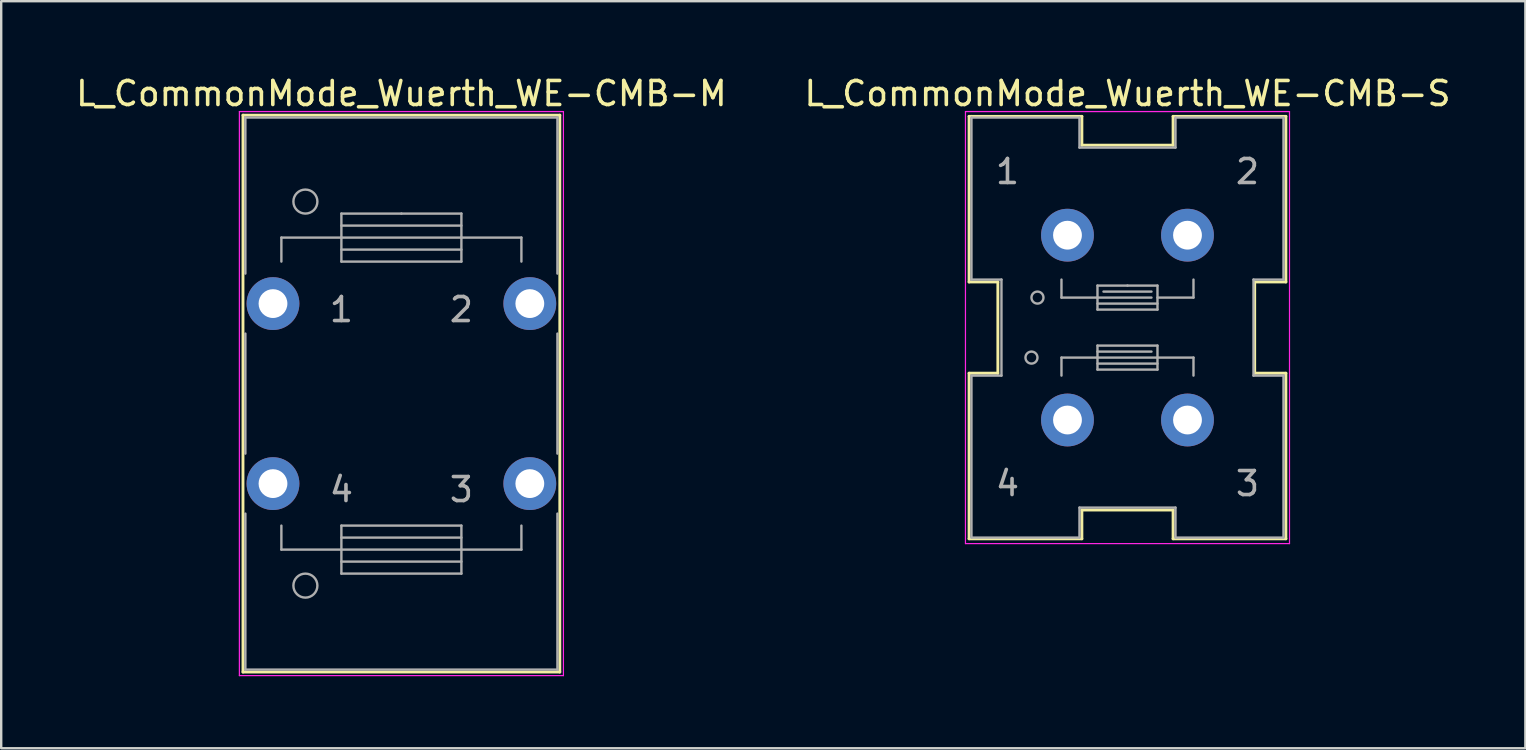
<source format=kicad_pcb>
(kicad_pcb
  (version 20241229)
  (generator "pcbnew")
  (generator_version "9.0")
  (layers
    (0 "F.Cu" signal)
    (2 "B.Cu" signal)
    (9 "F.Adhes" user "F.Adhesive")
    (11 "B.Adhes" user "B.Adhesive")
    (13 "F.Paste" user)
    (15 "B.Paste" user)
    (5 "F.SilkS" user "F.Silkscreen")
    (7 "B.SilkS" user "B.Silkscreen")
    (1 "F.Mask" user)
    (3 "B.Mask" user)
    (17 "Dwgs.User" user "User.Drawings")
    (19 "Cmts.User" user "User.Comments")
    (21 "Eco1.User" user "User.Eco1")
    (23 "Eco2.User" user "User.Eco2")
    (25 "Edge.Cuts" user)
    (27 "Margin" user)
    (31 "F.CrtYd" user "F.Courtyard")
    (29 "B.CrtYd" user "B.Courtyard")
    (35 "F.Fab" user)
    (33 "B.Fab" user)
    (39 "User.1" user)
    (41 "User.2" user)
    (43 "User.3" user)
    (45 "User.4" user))
  (footprint "L_CommonMode_Wuerth_WE-CMB-S"
    (layer "F.Cu")
    (at 41.423 6.748)
    (property "Reference" "L_CommonMode_Wuerth_WE-CMB-S" (at 2.5 -5.9 0) (layer "F.SilkS") (effects (font (size 1 1) (thickness 0.15))))
    (attr through_hole)
    (fp_line (start -4.1 -4.95) (end -4 -4.95) (stroke (width 0.12) (type solid)) (layer "F.SilkS"))
    (fp_line (start -4.1 1.95) (end -4.1 -4.95) (stroke (width 0.12) (type solid)) (layer "F.SilkS"))
    (fp_line (start -4.1 5.75) (end -2.9 5.75) (stroke (width 0.12) (type solid)) (layer "F.SilkS"))
    (fp_line (start -4.1 12.65) (end -4.1 5.75) (stroke (width 0.12) (type solid)) (layer "F.SilkS"))
    (fp_line (start -4 -4.95) (end 0.6 -4.95) (stroke (width 0.12) (type solid)) (layer "F.SilkS"))
    (fp_line (start -2.9 1.95) (end -4.1 1.95) (stroke (width 0.12) (type solid)) (layer "F.SilkS"))
    (fp_line (start -2.9 5.75) (end -2.9 1.95) (stroke (width 0.12) (type solid)) (layer "F.SilkS"))
    (fp_line (start 0.6 -4.95) (end 0.6 -3.75) (stroke (width 0.12) (type solid)) (layer "F.SilkS"))
    (fp_line (start 0.6 -3.75) (end 4.4 -3.75) (stroke (width 0.12) (type solid)) (layer "F.SilkS"))
    (fp_line (start 0.6 11.45) (end 0.6 12.65) (stroke (width 0.12) (type solid)) (layer "F.SilkS"))
    (fp_line (start 0.6 12.65) (end -4.1 12.65) (stroke (width 0.12) (type solid)) (layer "F.SilkS"))
    (fp_line (start 4.4 -4.95) (end 9.1 -4.95) (stroke (width 0.12) (type solid)) (layer "F.SilkS"))
    (fp_line (start 4.4 -3.75) (end 4.4 -4.95) (stroke (width 0.12) (type solid)) (layer "F.SilkS"))
    (fp_line (start 4.4 11.45) (end 0.6 11.45) (stroke (width 0.12) (type solid)) (layer "F.SilkS"))
    (fp_line (start 4.4 12.65) (end 4.4 11.45) (stroke (width 0.12) (type solid)) (layer "F.SilkS"))
    (fp_line (start 7.8 1.95) (end 7.8 5.75) (stroke (width 0.12) (type solid)) (layer "F.SilkS"))
    (fp_line (start 7.8 5.75) (end 9.1 5.75) (stroke (width 0.12) (type solid)) (layer "F.SilkS"))
    (fp_line (start 9.1 -4.95) (end 9.1 1.95) (stroke (width 0.12) (type solid)) (layer "F.SilkS"))
    (fp_line (start 9.1 1.95) (end 7.8 1.95) (stroke (width 0.12) (type solid)) (layer "F.SilkS"))
    (fp_line (start 9.1 5.75) (end 9.1 12.65) (stroke (width 0.12) (type solid)) (layer "F.SilkS"))
    (fp_line (start 9.1 12.65) (end 4.4 12.65) (stroke (width 0.12) (type solid)) (layer "F.SilkS"))
    (fp_line (start -4.25 -5.15) (end -4.25 12.85) (stroke (width 0.05) (type solid)) (layer "F.CrtYd"))
    (fp_line (start -4.25 12.85) (end 9.25 12.85) (stroke (width 0.05) (type solid)) (layer "F.CrtYd"))
    (fp_line (start 9.25 -5.15) (end -4.25 -5.15) (stroke (width 0.05) (type solid)) (layer "F.CrtYd"))
    (fp_line (start 9.25 12.85) (end 9.25 -5.15) (stroke (width 0.05) (type solid)) (layer "F.CrtYd"))
    (fp_line (start -4 -4.9) (end -4 1.85) (stroke (width 0.1) (type solid)) (layer "F.Fab"))
    (fp_line (start -4 1.85) (end -2.75 1.85) (stroke (width 0.1) (type solid)) (layer "F.Fab"))
    (fp_line (start -4 5.85) (end -4 12.6) (stroke (width 0.1) (type solid)) (layer "F.Fab"))
    (fp_line (start -4 12.6) (end 0.5 12.6) (stroke (width 0.1) (type solid)) (layer "F.Fab"))
    (fp_line (start -2.75 1.85) (end -2.75 5.85) (stroke (width 0.1) (type solid)) (layer "F.Fab"))
    (fp_line (start -2.75 5.85) (end -4 5.85) (stroke (width 0.1) (type solid)) (layer "F.Fab"))
    (fp_line (start -0.25 2.6) (end -0.25 1.85) (stroke (width 0.1) (type solid)) (layer "F.Fab"))
    (fp_line (start -0.25 5.1) (end -0.25 5.85) (stroke (width 0.1) (type solid)) (layer "F.Fab"))
    (fp_line (start 0.5 -4.9) (end -4 -4.9) (stroke (width 0.1) (type solid)) (layer "F.Fab"))
    (fp_line (start 0.5 -3.65) (end 0.5 -4.9) (stroke (width 0.1) (type solid)) (layer "F.Fab"))
    (fp_line (start 0.5 11.35) (end 4.5 11.35) (stroke (width 0.1) (type solid)) (layer "F.Fab"))
    (fp_line (start 0.5 12.6) (end 0.5 11.35) (stroke (width 0.1) (type solid)) (layer "F.Fab"))
    (fp_line (start 1.25 2.1) (end 2.5 2.1) (stroke (width 0.1) (type solid)) (layer "F.Fab"))
    (fp_line (start 1.25 2.6) (end -0.25 2.6) (stroke (width 0.1) (type solid)) (layer "F.Fab"))
    (fp_line (start 1.25 2.85) (end 3.75 2.85) (stroke (width 0.1) (type solid)) (layer "F.Fab"))
    (fp_line (start 1.25 3.1) (end 1.25 2.1) (stroke (width 0.1) (type solid)) (layer "F.Fab"))
    (fp_line (start 1.25 4.6) (end 3.75 4.6) (stroke (width 0.1) (type solid)) (layer "F.Fab"))
    (fp_line (start 1.25 4.85) (end 3.5 4.85) (stroke (width 0.1) (type solid)) (layer "F.Fab"))
    (fp_line (start 1.25 5.1) (end -0.25 5.1) (stroke (width 0.1) (type solid)) (layer "F.Fab"))
    (fp_line (start 1.25 5.6) (end 1.25 4.6) (stroke (width 0.1) (type solid)) (layer "F.Fab"))
    (fp_line (start 2.5 2.1) (end 3.75 2.1) (stroke (width 0.1) (type solid)) (layer "F.Fab"))
    (fp_line (start 3.5 2.35) (end 1.5 2.35) (stroke (width 0.1) (type solid)) (layer "F.Fab"))
    (fp_line (start 3.5 2.6) (end 1.25 2.6) (stroke (width 0.1) (type solid)) (layer "F.Fab"))
    (fp_line (start 3.75 2.1) (end 3.75 3.1) (stroke (width 0.1) (type solid)) (layer "F.Fab"))
    (fp_line (start 3.75 2.6) (end 5.25 2.6) (stroke (width 0.1) (type solid)) (layer "F.Fab"))
    (fp_line (start 3.75 3.1) (end 1.25 3.1) (stroke (width 0.1) (type solid)) (layer "F.Fab"))
    (fp_line (start 3.75 4.6) (end 3.75 5.6) (stroke (width 0.1) (type solid)) (layer "F.Fab"))
    (fp_line (start 3.75 5.1) (end 1.25 5.1) (stroke (width 0.1) (type solid)) (layer "F.Fab"))
    (fp_line (start 3.75 5.1) (end 5.25 5.1) (stroke (width 0.1) (type solid)) (layer "F.Fab"))
    (fp_line (start 3.75 5.35) (end 1.25 5.35) (stroke (width 0.1) (type solid)) (layer "F.Fab"))
    (fp_line (start 3.75 5.6) (end 1.25 5.6) (stroke (width 0.1) (type solid)) (layer "F.Fab"))
    (fp_line (start 4.5 -4.9) (end 4.5 -3.65) (stroke (width 0.1) (type solid)) (layer "F.Fab"))
    (fp_line (start 4.5 -3.65) (end 0.5 -3.65) (stroke (width 0.1) (type solid)) (layer "F.Fab"))
    (fp_line (start 4.5 11.35) (end 4.5 12.6) (stroke (width 0.1) (type solid)) (layer "F.Fab"))
    (fp_line (start 4.5 12.6) (end 9 12.6) (stroke (width 0.1) (type solid)) (layer "F.Fab"))
    (fp_line (start 5.25 2.6) (end 5.25 1.85) (stroke (width 0.1) (type solid)) (layer "F.Fab"))
    (fp_line (start 5.25 5.1) (end 5.25 5.85) (stroke (width 0.1) (type solid)) (layer "F.Fab"))
    (fp_line (start 7.75 1.85) (end 9 1.85) (stroke (width 0.1) (type solid)) (layer "F.Fab"))
    (fp_line (start 7.75 5.85) (end 7.75 1.85) (stroke (width 0.1) (type solid)) (layer "F.Fab"))
    (fp_line (start 9 -4.9) (end 4.5 -4.9) (stroke (width 0.1) (type solid)) (layer "F.Fab"))
    (fp_line (start 9 1.85) (end 9 -4.9) (stroke (width 0.1) (type solid)) (layer "F.Fab"))
    (fp_line (start 9 5.85) (end 7.75 5.85) (stroke (width 0.1) (type solid)) (layer "F.Fab"))
    (fp_line (start 9 12.6) (end 9 5.85) (stroke (width 0.1) (type solid)) (layer "F.Fab"))
    (fp_circle (center -1.5 5.1) (end -1.5 4.85) (stroke (width 0.1) (type solid)) (fill no) (layer "F.Fab"))
    (fp_circle (center -1.25 2.6) (end -1 2.6) (stroke (width 0.1) (type solid)) (fill no) (layer "F.Fab"))
    (fp_text user "4" (at -2.5 10.35 0) (layer "F.Fab") (effects (font (size 1 1) (thickness 0.15))))
    (fp_text user "3" (at 7.5 10.35 0) (layer "F.Fab") (effects (font (size 1 1) (thickness 0.15))))
    (fp_text user "2" (at 7.5 -2.65 0) (layer "F.Fab") (effects (font (size 1 1) (thickness 0.15))))
    (fp_text user "1" (at -2.5 -2.65 0) (layer "F.Fab") (effects (font (size 1 1) (thickness 0.15))))
    (pad "1" thru_hole circle (at 0 0) (size 2.2 2.2) (drill 1.2) (layers "*.Cu" "*.Mask"))
    (pad "2" thru_hole circle (at 5 0) (size 2.2 2.2) (drill 1.2) (layers "*.Cu" "*.Mask"))
    (pad "3" thru_hole circle (at 5 7.7) (size 2.2 2.2) (drill 1.2) (layers "*.Cu" "*.Mask"))
    (pad "4" thru_hole circle (at 0 7.7) (size 2.2 2.2) (drill 1.2) (layers "*.Cu" "*.Mask")))
  (footprint "L_CommonMode_Wuerth_WE-CMB-M"
    (layer "F.Cu")
    (at 8.323 9.598)
    (property "Reference" "L_CommonMode_Wuerth_WE-CMB-M" (at 5.35 -8.75 0) (layer "F.SilkS") (effects (font (size 1 1) (thickness 0.15))))
    (attr through_hole)
    (fp_line (start -1.25 -7.85) (end 11.95 -7.85) (stroke (width 0.12) (type solid)) (layer "F.SilkS"))
    (fp_line (start -1.25 15.35) (end -1.25 -7.85) (stroke (width 0.12) (type solid)) (layer "F.SilkS"))
    (fp_line (start 11.95 -7.85) (end 11.95 15.35) (stroke (width 0.12) (type solid)) (layer "F.SilkS"))
    (fp_line (start 11.95 15.35) (end -1.25 15.35) (stroke (width 0.12) (type solid)) (layer "F.SilkS"))
    (fp_line (start -1.4 -8) (end 12.1 -8) (stroke (width 0.05) (type solid)) (layer "F.CrtYd"))
    (fp_line (start -1.4 15.5) (end -1.4 -8) (stroke (width 0.05) (type solid)) (layer "F.CrtYd"))
    (fp_line (start 12.1 -8) (end 12.1 15.5) (stroke (width 0.05) (type solid)) (layer "F.CrtYd"))
    (fp_line (start 12.1 15.5) (end -1.4 15.5) (stroke (width 0.05) (type solid)) (layer "F.CrtYd"))
    (fp_line (start -1.15 -7.75) (end 11.85 -7.75) (stroke (width 0.1) (type solid)) (layer "F.Fab"))
    (fp_line (start -1.15 -1.25) (end -1.15 -7.75) (stroke (width 0.1) (type solid)) (layer "F.Fab"))
    (fp_line (start -1.15 6.25) (end -1.15 1.25) (stroke (width 0.1) (type solid)) (layer "F.Fab"))
    (fp_line (start -1.15 15.25) (end -1.15 8.75) (stroke (width 0.1) (type solid)) (layer "F.Fab"))
    (fp_line (start 0.35 -2.75) (end 0.35 -1.75) (stroke (width 0.1) (type solid)) (layer "F.Fab"))
    (fp_line (start 0.35 9.25) (end 0.35 10.25) (stroke (width 0.1) (type solid)) (layer "F.Fab"))
    (fp_line (start 0.35 10.25) (end 2.85 10.25) (stroke (width 0.1) (type solid)) (layer "F.Fab"))
    (fp_line (start 2.85 -3.75) (end 5.35 -3.75) (stroke (width 0.1) (type solid)) (layer "F.Fab"))
    (fp_line (start 2.85 -2.75) (end 0.35 -2.75) (stroke (width 0.1) (type solid)) (layer "F.Fab"))
    (fp_line (start 2.85 -2.75) (end 7.85 -2.75) (stroke (width 0.1) (type solid)) (layer "F.Fab"))
    (fp_line (start 2.85 -2.25) (end 7.85 -2.25) (stroke (width 0.1) (type solid)) (layer "F.Fab"))
    (fp_line (start 2.85 -1.75) (end 2.85 -3.75) (stroke (width 0.1) (type solid)) (layer "F.Fab"))
    (fp_line (start 2.85 9.25) (end 7.85 9.25) (stroke (width 0.1) (type solid)) (layer "F.Fab"))
    (fp_line (start 2.85 10.75) (end 7.85 10.75) (stroke (width 0.1) (type solid)) (layer "F.Fab"))
    (fp_line (start 2.85 11.25) (end 2.85 9.25) (stroke (width 0.1) (type solid)) (layer "F.Fab"))
    (fp_line (start 5.35 -3.75) (end 7.85 -3.75) (stroke (width 0.1) (type solid)) (layer "F.Fab"))
    (fp_line (start 7.85 -3.75) (end 7.85 -1.75) (stroke (width 0.1) (type solid)) (layer "F.Fab"))
    (fp_line (start 7.85 -3.25) (end 2.85 -3.25) (stroke (width 0.1) (type solid)) (layer "F.Fab"))
    (fp_line (start 7.85 -2.75) (end 10.35 -2.75) (stroke (width 0.1) (type solid)) (layer "F.Fab"))
    (fp_line (start 7.85 -1.75) (end 2.85 -1.75) (stroke (width 0.1) (type solid)) (layer "F.Fab"))
    (fp_line (start 7.85 9.25) (end 7.85 11.25) (stroke (width 0.1) (type solid)) (layer "F.Fab"))
    (fp_line (start 7.85 9.75) (end 2.85 9.75) (stroke (width 0.1) (type solid)) (layer "F.Fab"))
    (fp_line (start 7.85 10.25) (end 2.85 10.25) (stroke (width 0.1) (type solid)) (layer "F.Fab"))
    (fp_line (start 7.85 11.25) (end 2.85 11.25) (stroke (width 0.1) (type solid)) (layer "F.Fab"))
    (fp_line (start 10.35 -2.75) (end 10.35 -1.75) (stroke (width 0.1) (type solid)) (layer "F.Fab"))
    (fp_line (start 10.35 9.25) (end 10.35 10.25) (stroke (width 0.1) (type solid)) (layer "F.Fab"))
    (fp_line (start 10.35 10.25) (end 7.85 10.25) (stroke (width 0.1) (type solid)) (layer "F.Fab"))
    (fp_line (start 11.85 -7.75) (end 11.85 -1.25) (stroke (width 0.1) (type solid)) (layer "F.Fab"))
    (fp_line (start 11.85 1.25) (end 11.85 6.25) (stroke (width 0.1) (type solid)) (layer "F.Fab"))
    (fp_line (start 11.85 8.75) (end 11.85 15.25) (stroke (width 0.1) (type solid)) (layer "F.Fab"))
    (fp_line (start 11.85 15.25) (end -1.15 15.25) (stroke (width 0.1) (type solid)) (layer "F.Fab"))
    (fp_circle (center 1.35 -4.25) (end 1.85 -4.25) (stroke (width 0.1) (type solid)) (fill no) (layer "F.Fab"))
    (fp_circle (center 1.35 11.75) (end 1.85 11.75) (stroke (width 0.1) (type solid)) (fill no) (layer "F.Fab"))
    (fp_text user "1" (at 2.85 0.25 0) (layer "F.Fab") (effects (font (size 1 1) (thickness 0.15))))
    (fp_text user "3" (at 7.85 7.75 0) (layer "F.Fab") (effects (font (size 1 1) (thickness 0.15))))
    (fp_text user "4" (at 2.85 7.75 0) (layer "F.Fab") (effects (font (size 1 1) (thickness 0.15))))
    (fp_text user "2" (at 7.85 0.25 0) (layer "F.Fab") (effects (font (size 1 1) (thickness 0.15))))
    (pad "1" thru_hole circle (at 0 0) (size 2.2 2.2) (drill 1.2) (layers "*.Cu" "*.Mask"))
    (pad "2" thru_hole circle (at 10.7 0) (size 2.2 2.2) (drill 1.2) (layers "*.Cu" "*.Mask"))
    (pad "3" thru_hole circle (at 10.7 7.5) (size 2.2 2.2) (drill 1.2) (layers "*.Cu" "*.Mask"))
    (pad "4" thru_hole circle (at 0 7.5) (size 2.2 2.2) (drill 1.2) (layers "*.Cu" "*.Mask")))
  (gr_rect
    (start -3 -3)
    (end 60.5 28.123)
    (stroke (width 0.1) (type default))
    (fill no)
    (layer "Edge.Cuts")))
</source>
